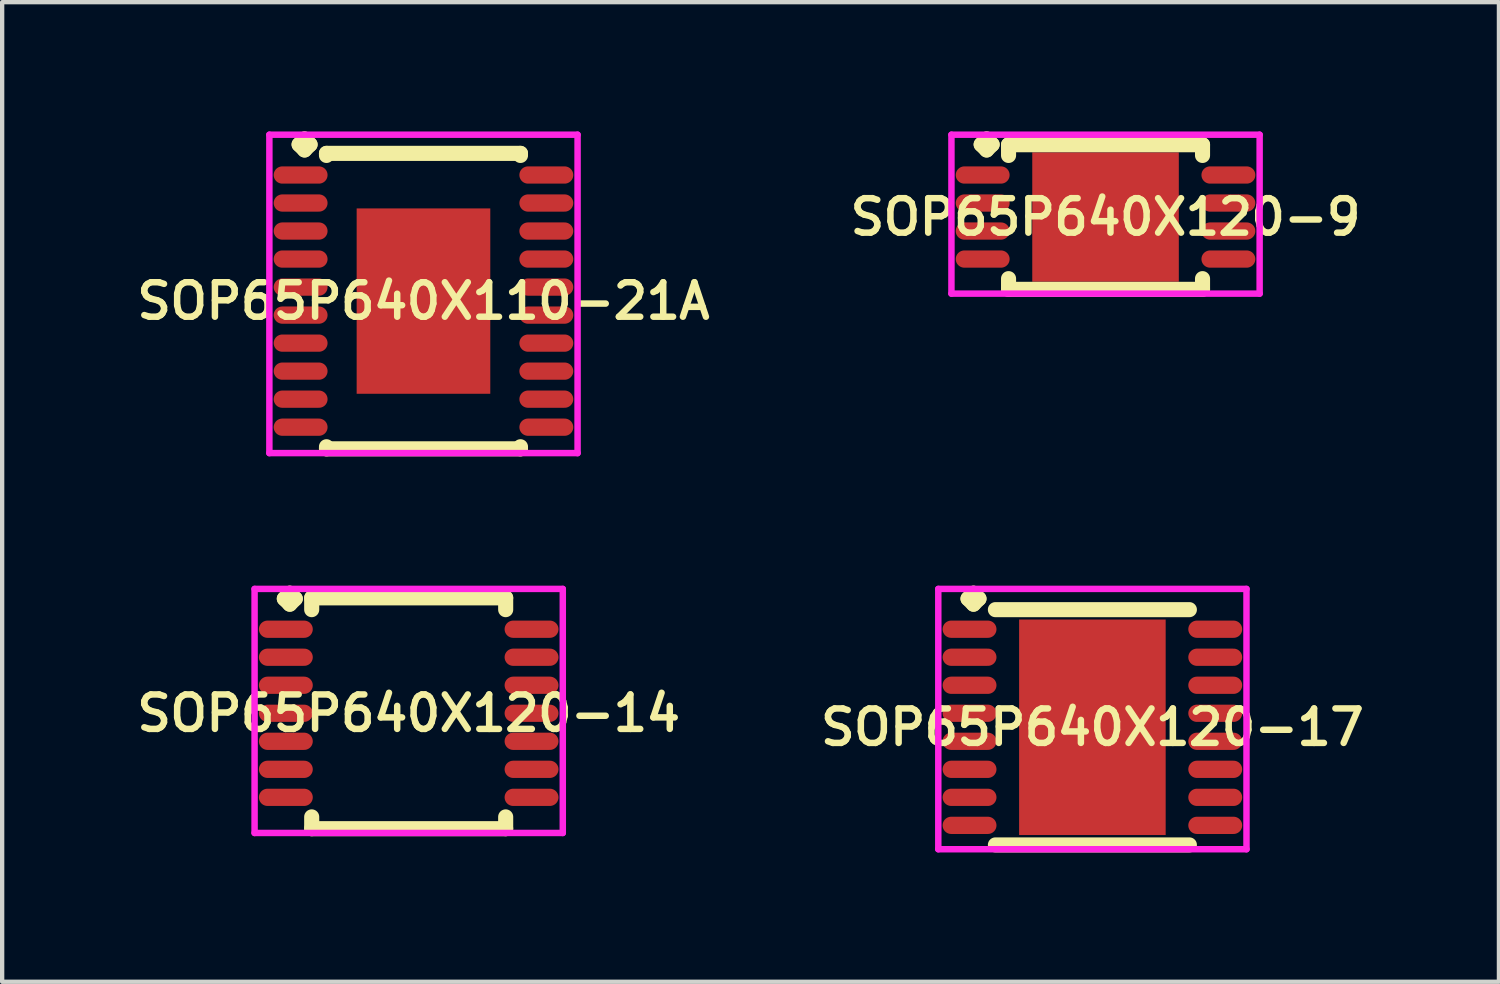
<source format=kicad_pcb>
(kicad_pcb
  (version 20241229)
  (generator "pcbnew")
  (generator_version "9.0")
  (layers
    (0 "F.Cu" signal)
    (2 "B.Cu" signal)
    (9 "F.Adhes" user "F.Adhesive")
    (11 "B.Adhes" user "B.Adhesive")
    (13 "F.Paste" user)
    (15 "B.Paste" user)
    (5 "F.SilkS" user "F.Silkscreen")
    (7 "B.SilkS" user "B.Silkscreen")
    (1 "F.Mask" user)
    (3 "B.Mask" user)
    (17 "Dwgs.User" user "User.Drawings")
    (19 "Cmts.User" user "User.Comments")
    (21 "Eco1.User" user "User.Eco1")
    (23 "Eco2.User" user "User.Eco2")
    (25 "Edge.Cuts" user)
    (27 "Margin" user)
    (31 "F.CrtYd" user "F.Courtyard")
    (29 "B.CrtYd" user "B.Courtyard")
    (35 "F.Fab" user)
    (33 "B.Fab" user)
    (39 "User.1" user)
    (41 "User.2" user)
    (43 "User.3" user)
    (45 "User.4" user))
  (footprint "SOP65P640X110-21A"
    (layer "F.Cu")
    (at 6.774 3.935)
    (property "Reference" "SOP65P640X110-21A" (at 0 0 0) (layer "F.SilkS") (effects (font (size 0.8 0.8) (thickness 0.15))))
    (attr smd)
    (fp_line (start -2.885 -3.633) (end -2.758 -3.76) (stroke (width 0.35) (type solid)) (layer "F.SilkS"))
    (fp_line (start -2.758 -3.76) (end -2.631 -3.633) (stroke (width 0.35) (type solid)) (layer "F.SilkS"))
    (fp_line (start -2.758 -3.506) (end -2.885 -3.633) (stroke (width 0.35) (type solid)) (layer "F.SilkS"))
    (fp_line (start -2.631 -3.633) (end -2.758 -3.506) (stroke (width 0.35) (type solid)) (layer "F.SilkS"))
    (fp_line (start -2.25 -3.427) (end 2.25 -3.427) (stroke (width 0.35) (type solid)) (layer "F.SilkS"))
    (fp_line (start -2.25 -3.379) (end -2.25 -3.427) (stroke (width 0.35) (type solid)) (layer "F.SilkS"))
    (fp_line (start -2.25 3.379) (end -2.25 3.427) (stroke (width 0.35) (type solid)) (layer "F.SilkS"))
    (fp_line (start -2.25 3.427) (end 2.25 3.427) (stroke (width 0.35) (type solid)) (layer "F.SilkS"))
    (fp_line (start 2.25 -3.427) (end 2.25 -3.379) (stroke (width 0.35) (type solid)) (layer "F.SilkS"))
    (fp_line (start 2.25 3.427) (end 2.25 3.379) (stroke (width 0.35) (type solid)) (layer "F.SilkS"))
    (fp_line (start -3.575 -3.86) (end 3.575 -3.86) (stroke (width 0.15) (type solid)) (layer "F.CrtYd"))
    (fp_line (start -3.575 3.527) (end -3.575 -3.86) (stroke (width 0.15) (type solid)) (layer "F.CrtYd"))
    (fp_line (start 3.575 -3.86) (end 3.575 3.527) (stroke (width 0.15) (type solid)) (layer "F.CrtYd"))
    (fp_line (start 3.575 3.527) (end -3.575 3.527) (stroke (width 0.15) (type solid)) (layer "F.CrtYd"))
    (pad "1" smd oval (at -2.85 -2.925) (size 1.25 0.4) (layers "F.Cu" "F.Mask" "F.Paste"))
    (pad "2" smd oval (at -2.85 -2.275) (size 1.25 0.4) (layers "F.Cu" "F.Mask" "F.Paste"))
    (pad "3" smd oval (at -2.85 -1.625) (size 1.25 0.4) (layers "F.Cu" "F.Mask" "F.Paste"))
    (pad "4" smd oval (at -2.85 -0.975) (size 1.25 0.4) (layers "F.Cu" "F.Mask" "F.Paste"))
    (pad "5" smd oval (at -2.85 -0.325) (size 1.25 0.4) (layers "F.Cu" "F.Mask" "F.Paste"))
    (pad "6" smd oval (at -2.85 0.325) (size 1.25 0.4) (layers "F.Cu" "F.Mask" "F.Paste"))
    (pad "7" smd oval (at -2.85 0.975) (size 1.25 0.4) (layers "F.Cu" "F.Mask" "F.Paste"))
    (pad "8" smd oval (at -2.85 1.625) (size 1.25 0.4) (layers "F.Cu" "F.Mask" "F.Paste"))
    (pad "9" smd oval (at -2.85 2.275) (size 1.25 0.4) (layers "F.Cu" "F.Mask" "F.Paste"))
    (pad "10" smd oval (at -2.85 2.925) (size 1.25 0.4) (layers "F.Cu" "F.Mask" "F.Paste"))
    (pad "11" smd oval (at 2.85 2.925) (size 1.25 0.4) (layers "F.Cu" "F.Mask" "F.Paste"))
    (pad "12" smd oval (at 2.85 2.275) (size 1.25 0.4) (layers "F.Cu" "F.Mask" "F.Paste"))
    (pad "13" smd oval (at 2.85 1.625) (size 1.25 0.4) (layers "F.Cu" "F.Mask" "F.Paste"))
    (pad "14" smd oval (at 2.85 0.975) (size 1.25 0.4) (layers "F.Cu" "F.Mask" "F.Paste"))
    (pad "15" smd oval (at 2.85 0.325) (size 1.25 0.4) (layers "F.Cu" "F.Mask" "F.Paste"))
    (pad "16" smd oval (at 2.85 -0.325) (size 1.25 0.4) (layers "F.Cu" "F.Mask" "F.Paste"))
    (pad "17" smd oval (at 2.85 -0.975) (size 1.25 0.4) (layers "F.Cu" "F.Mask" "F.Paste"))
    (pad "18" smd oval (at 2.85 -1.625) (size 1.25 0.4) (layers "F.Cu" "F.Mask" "F.Paste"))
    (pad "19" smd oval (at 2.85 -2.275) (size 1.25 0.4) (layers "F.Cu" "F.Mask" "F.Paste"))
    (pad "20" smd oval (at 2.85 -2.925) (size 1.25 0.4) (layers "F.Cu" "F.Mask" "F.Paste"))
    (pad "21" smd rect (at 0 0) (size 3.1 4.3) (layers "F.Cu" "F.Mask" "F.Paste")))
  (footprint "SOP65P640X120-17"
    (layer "F.Cu")
    (at 22.292 13.822)
    (property "Reference" "SOP65P640X120-17" (at 0 0 0) (layer "F.SilkS") (effects (font (size 0.8 0.8) (thickness 0.15))))
    (attr smd)
    (fp_line (start -2.885 -2.983) (end -2.758 -3.11) (stroke (width 0.35) (type solid)) (layer "F.SilkS"))
    (fp_line (start -2.758 -3.11) (end -2.631 -2.983) (stroke (width 0.35) (type solid)) (layer "F.SilkS"))
    (fp_line (start -2.758 -2.856) (end -2.885 -2.983) (stroke (width 0.35) (type solid)) (layer "F.SilkS"))
    (fp_line (start -2.631 -2.983) (end -2.758 -2.856) (stroke (width 0.35) (type solid)) (layer "F.SilkS"))
    (fp_line (start -2.25 -2.729) (end 2.25 -2.729) (stroke (width 0.35) (type solid)) (layer "F.SilkS"))
    (fp_line (start -2.25 2.729) (end 2.25 2.729) (stroke (width 0.35) (type solid)) (layer "F.SilkS"))
    (fp_line (start -3.575 -3.21) (end 3.575 -3.21) (stroke (width 0.15) (type solid)) (layer "F.CrtYd"))
    (fp_line (start -3.575 2.829) (end -3.575 -3.21) (stroke (width 0.15) (type solid)) (layer "F.CrtYd"))
    (fp_line (start 3.575 -3.21) (end 3.575 2.829) (stroke (width 0.15) (type solid)) (layer "F.CrtYd"))
    (fp_line (start 3.575 2.829) (end -3.575 2.829) (stroke (width 0.15) (type solid)) (layer "F.CrtYd"))
    (pad "1" smd oval (at -2.85 -2.275) (size 1.25 0.4) (layers "F.Cu" "F.Mask" "F.Paste"))
    (pad "2" smd oval (at -2.85 -1.625) (size 1.25 0.4) (layers "F.Cu" "F.Mask" "F.Paste"))
    (pad "3" smd oval (at -2.85 -0.975) (size 1.25 0.4) (layers "F.Cu" "F.Mask" "F.Paste"))
    (pad "4" smd oval (at -2.85 -0.325) (size 1.25 0.4) (layers "F.Cu" "F.Mask" "F.Paste"))
    (pad "5" smd oval (at -2.85 0.325) (size 1.25 0.4) (layers "F.Cu" "F.Mask" "F.Paste"))
    (pad "6" smd oval (at -2.85 0.975) (size 1.25 0.4) (layers "F.Cu" "F.Mask" "F.Paste"))
    (pad "7" smd oval (at -2.85 1.625) (size 1.25 0.4) (layers "F.Cu" "F.Mask" "F.Paste"))
    (pad "8" smd oval (at -2.85 2.275) (size 1.25 0.4) (layers "F.Cu" "F.Mask" "F.Paste"))
    (pad "9" smd oval (at 2.85 2.275) (size 1.25 0.4) (layers "F.Cu" "F.Mask" "F.Paste"))
    (pad "10" smd oval (at 2.85 1.625) (size 1.25 0.4) (layers "F.Cu" "F.Mask" "F.Paste"))
    (pad "11" smd oval (at 2.85 0.975) (size 1.25 0.4) (layers "F.Cu" "F.Mask" "F.Paste"))
    (pad "12" smd oval (at 2.85 0.325) (size 1.25 0.4) (layers "F.Cu" "F.Mask" "F.Paste"))
    (pad "13" smd oval (at 2.85 -0.325) (size 1.25 0.4) (layers "F.Cu" "F.Mask" "F.Paste"))
    (pad "14" smd oval (at 2.85 -0.975) (size 1.25 0.4) (layers "F.Cu" "F.Mask" "F.Paste"))
    (pad "15" smd oval (at 2.85 -1.625) (size 1.25 0.4) (layers "F.Cu" "F.Mask" "F.Paste"))
    (pad "16" smd oval (at 2.85 -2.275) (size 1.25 0.4) (layers "F.Cu" "F.Mask" "F.Paste"))
    (pad "17" smd rect (at 0 0) (size 3.4 5) (layers "F.Cu" "F.Mask" "F.Paste")))
  (footprint "SOP65P640X120-14"
    (layer "F.Cu")
    (at 6.431 13.497)
    (property "Reference" "SOP65P640X120-14" (at 0 0 0) (layer "F.SilkS") (effects (font (size 0.8 0.8) (thickness 0.15))))
    (attr smd)
    (fp_line (start -2.885 -2.658) (end -2.758 -2.785) (stroke (width 0.35) (type solid)) (layer "F.SilkS"))
    (fp_line (start -2.758 -2.785) (end -2.631 -2.658) (stroke (width 0.35) (type solid)) (layer "F.SilkS"))
    (fp_line (start -2.758 -2.531) (end -2.885 -2.658) (stroke (width 0.35) (type solid)) (layer "F.SilkS"))
    (fp_line (start -2.631 -2.658) (end -2.758 -2.531) (stroke (width 0.35) (type solid)) (layer "F.SilkS"))
    (fp_line (start -2.25 -2.677) (end 2.25 -2.677) (stroke (width 0.35) (type solid)) (layer "F.SilkS"))
    (fp_line (start -2.25 -2.404) (end -2.25 -2.677) (stroke (width 0.35) (type solid)) (layer "F.SilkS"))
    (fp_line (start -2.25 2.404) (end -2.25 2.677) (stroke (width 0.35) (type solid)) (layer "F.SilkS"))
    (fp_line (start -2.25 2.677) (end 2.25 2.677) (stroke (width 0.35) (type solid)) (layer "F.SilkS"))
    (fp_line (start 2.25 -2.677) (end 2.25 -2.404) (stroke (width 0.35) (type solid)) (layer "F.SilkS"))
    (fp_line (start 2.25 2.677) (end 2.25 2.404) (stroke (width 0.35) (type solid)) (layer "F.SilkS"))
    (fp_line (start -3.575 -2.885) (end 3.575 -2.885) (stroke (width 0.15) (type solid)) (layer "F.CrtYd"))
    (fp_line (start -3.575 2.777) (end -3.575 -2.885) (stroke (width 0.15) (type solid)) (layer "F.CrtYd"))
    (fp_line (start 3.575 -2.885) (end 3.575 2.777) (stroke (width 0.15) (type solid)) (layer "F.CrtYd"))
    (fp_line (start 3.575 2.777) (end -3.575 2.777) (stroke (width 0.15) (type solid)) (layer "F.CrtYd"))
    (pad "1" smd oval (at -2.85 -1.95) (size 1.25 0.4) (layers "F.Cu" "F.Mask" "F.Paste"))
    (pad "2" smd oval (at -2.85 -1.3) (size 1.25 0.4) (layers "F.Cu" "F.Mask" "F.Paste"))
    (pad "3" smd oval (at -2.85 -0.65) (size 1.25 0.4) (layers "F.Cu" "F.Mask" "F.Paste"))
    (pad "4" smd oval (at -2.85 0) (size 1.25 0.4) (layers "F.Cu" "F.Mask" "F.Paste"))
    (pad "5" smd oval (at -2.85 0.65) (size 1.25 0.4) (layers "F.Cu" "F.Mask" "F.Paste"))
    (pad "6" smd oval (at -2.85 1.3) (size 1.25 0.4) (layers "F.Cu" "F.Mask" "F.Paste"))
    (pad "7" smd oval (at -2.85 1.95) (size 1.25 0.4) (layers "F.Cu" "F.Mask" "F.Paste"))
    (pad "8" smd oval (at 2.85 1.95) (size 1.25 0.4) (layers "F.Cu" "F.Mask" "F.Paste"))
    (pad "9" smd oval (at 2.85 1.3) (size 1.25 0.4) (layers "F.Cu" "F.Mask" "F.Paste"))
    (pad "10" smd oval (at 2.85 0.65) (size 1.25 0.4) (layers "F.Cu" "F.Mask" "F.Paste"))
    (pad "11" smd oval (at 2.85 0) (size 1.25 0.4) (layers "F.Cu" "F.Mask" "F.Paste"))
    (pad "12" smd oval (at 2.85 -0.65) (size 1.25 0.4) (layers "F.Cu" "F.Mask" "F.Paste"))
    (pad "13" smd oval (at 2.85 -1.3) (size 1.25 0.4) (layers "F.Cu" "F.Mask" "F.Paste"))
    (pad "14" smd oval (at 2.85 -1.95) (size 1.25 0.4) (layers "F.Cu" "F.Mask" "F.Paste")))
  (footprint "SOP65P640X120-9"
    (layer "F.Cu")
    (at 22.597 1.985)
    (property "Reference" "SOP65P640X120-9" (at 0 0 0) (layer "F.SilkS") (effects (font (size 0.8 0.8) (thickness 0.15))))
    (attr smd)
    (fp_line (start -2.885 -1.683) (end -2.758 -1.81) (stroke (width 0.35) (type solid)) (layer "F.SilkS"))
    (fp_line (start -2.758 -1.81) (end -2.631 -1.683) (stroke (width 0.35) (type solid)) (layer "F.SilkS"))
    (fp_line (start -2.758 -1.556) (end -2.885 -1.683) (stroke (width 0.35) (type solid)) (layer "F.SilkS"))
    (fp_line (start -2.631 -1.683) (end -2.758 -1.556) (stroke (width 0.35) (type solid)) (layer "F.SilkS"))
    (fp_line (start -2.25 -1.677) (end 2.25 -1.677) (stroke (width 0.35) (type solid)) (layer "F.SilkS"))
    (fp_line (start -2.25 -1.429) (end -2.25 -1.677) (stroke (width 0.35) (type solid)) (layer "F.SilkS"))
    (fp_line (start -2.25 1.429) (end -2.25 1.677) (stroke (width 0.35) (type solid)) (layer "F.SilkS"))
    (fp_line (start -2.25 1.677) (end 2.25 1.677) (stroke (width 0.35) (type solid)) (layer "F.SilkS"))
    (fp_line (start 2.25 -1.677) (end 2.25 -1.429) (stroke (width 0.35) (type solid)) (layer "F.SilkS"))
    (fp_line (start 2.25 1.677) (end 2.25 1.429) (stroke (width 0.35) (type solid)) (layer "F.SilkS"))
    (fp_line (start -3.575 -1.91) (end 3.575 -1.91) (stroke (width 0.15) (type solid)) (layer "F.CrtYd"))
    (fp_line (start -3.575 1.777) (end -3.575 -1.91) (stroke (width 0.15) (type solid)) (layer "F.CrtYd"))
    (fp_line (start 3.575 -1.91) (end 3.575 1.777) (stroke (width 0.15) (type solid)) (layer "F.CrtYd"))
    (fp_line (start 3.575 1.777) (end -3.575 1.777) (stroke (width 0.15) (type solid)) (layer "F.CrtYd"))
    (pad "1" smd oval (at -2.85 -0.975) (size 1.25 0.4) (layers "F.Cu" "F.Mask" "F.Paste"))
    (pad "2" smd oval (at -2.85 -0.325) (size 1.25 0.4) (layers "F.Cu" "F.Mask" "F.Paste"))
    (pad "3" smd oval (at -2.85 0.325) (size 1.25 0.4) (layers "F.Cu" "F.Mask" "F.Paste"))
    (pad "4" smd oval (at -2.85 0.975) (size 1.25 0.4) (layers "F.Cu" "F.Mask" "F.Paste"))
    (pad "5" smd oval (at 2.85 0.975) (size 1.25 0.4) (layers "F.Cu" "F.Mask" "F.Paste"))
    (pad "6" smd oval (at 2.85 0.325) (size 1.25 0.4) (layers "F.Cu" "F.Mask" "F.Paste"))
    (pad "7" smd oval (at 2.85 -0.325) (size 1.25 0.4) (layers "F.Cu" "F.Mask" "F.Paste"))
    (pad "8" smd oval (at 2.85 -0.975) (size 1.25 0.4) (layers "F.Cu" "F.Mask" "F.Paste"))
    (pad "9" smd rect (at 0 0) (size 3.4 3) (layers "F.Cu" "F.Mask" "F.Paste")))
  (gr_rect
    (start -3 -3)
    (end 31.723 19.726)
    (stroke (width 0.1) (type default))
    (fill no)
    (layer "Edge.Cuts")))
</source>
